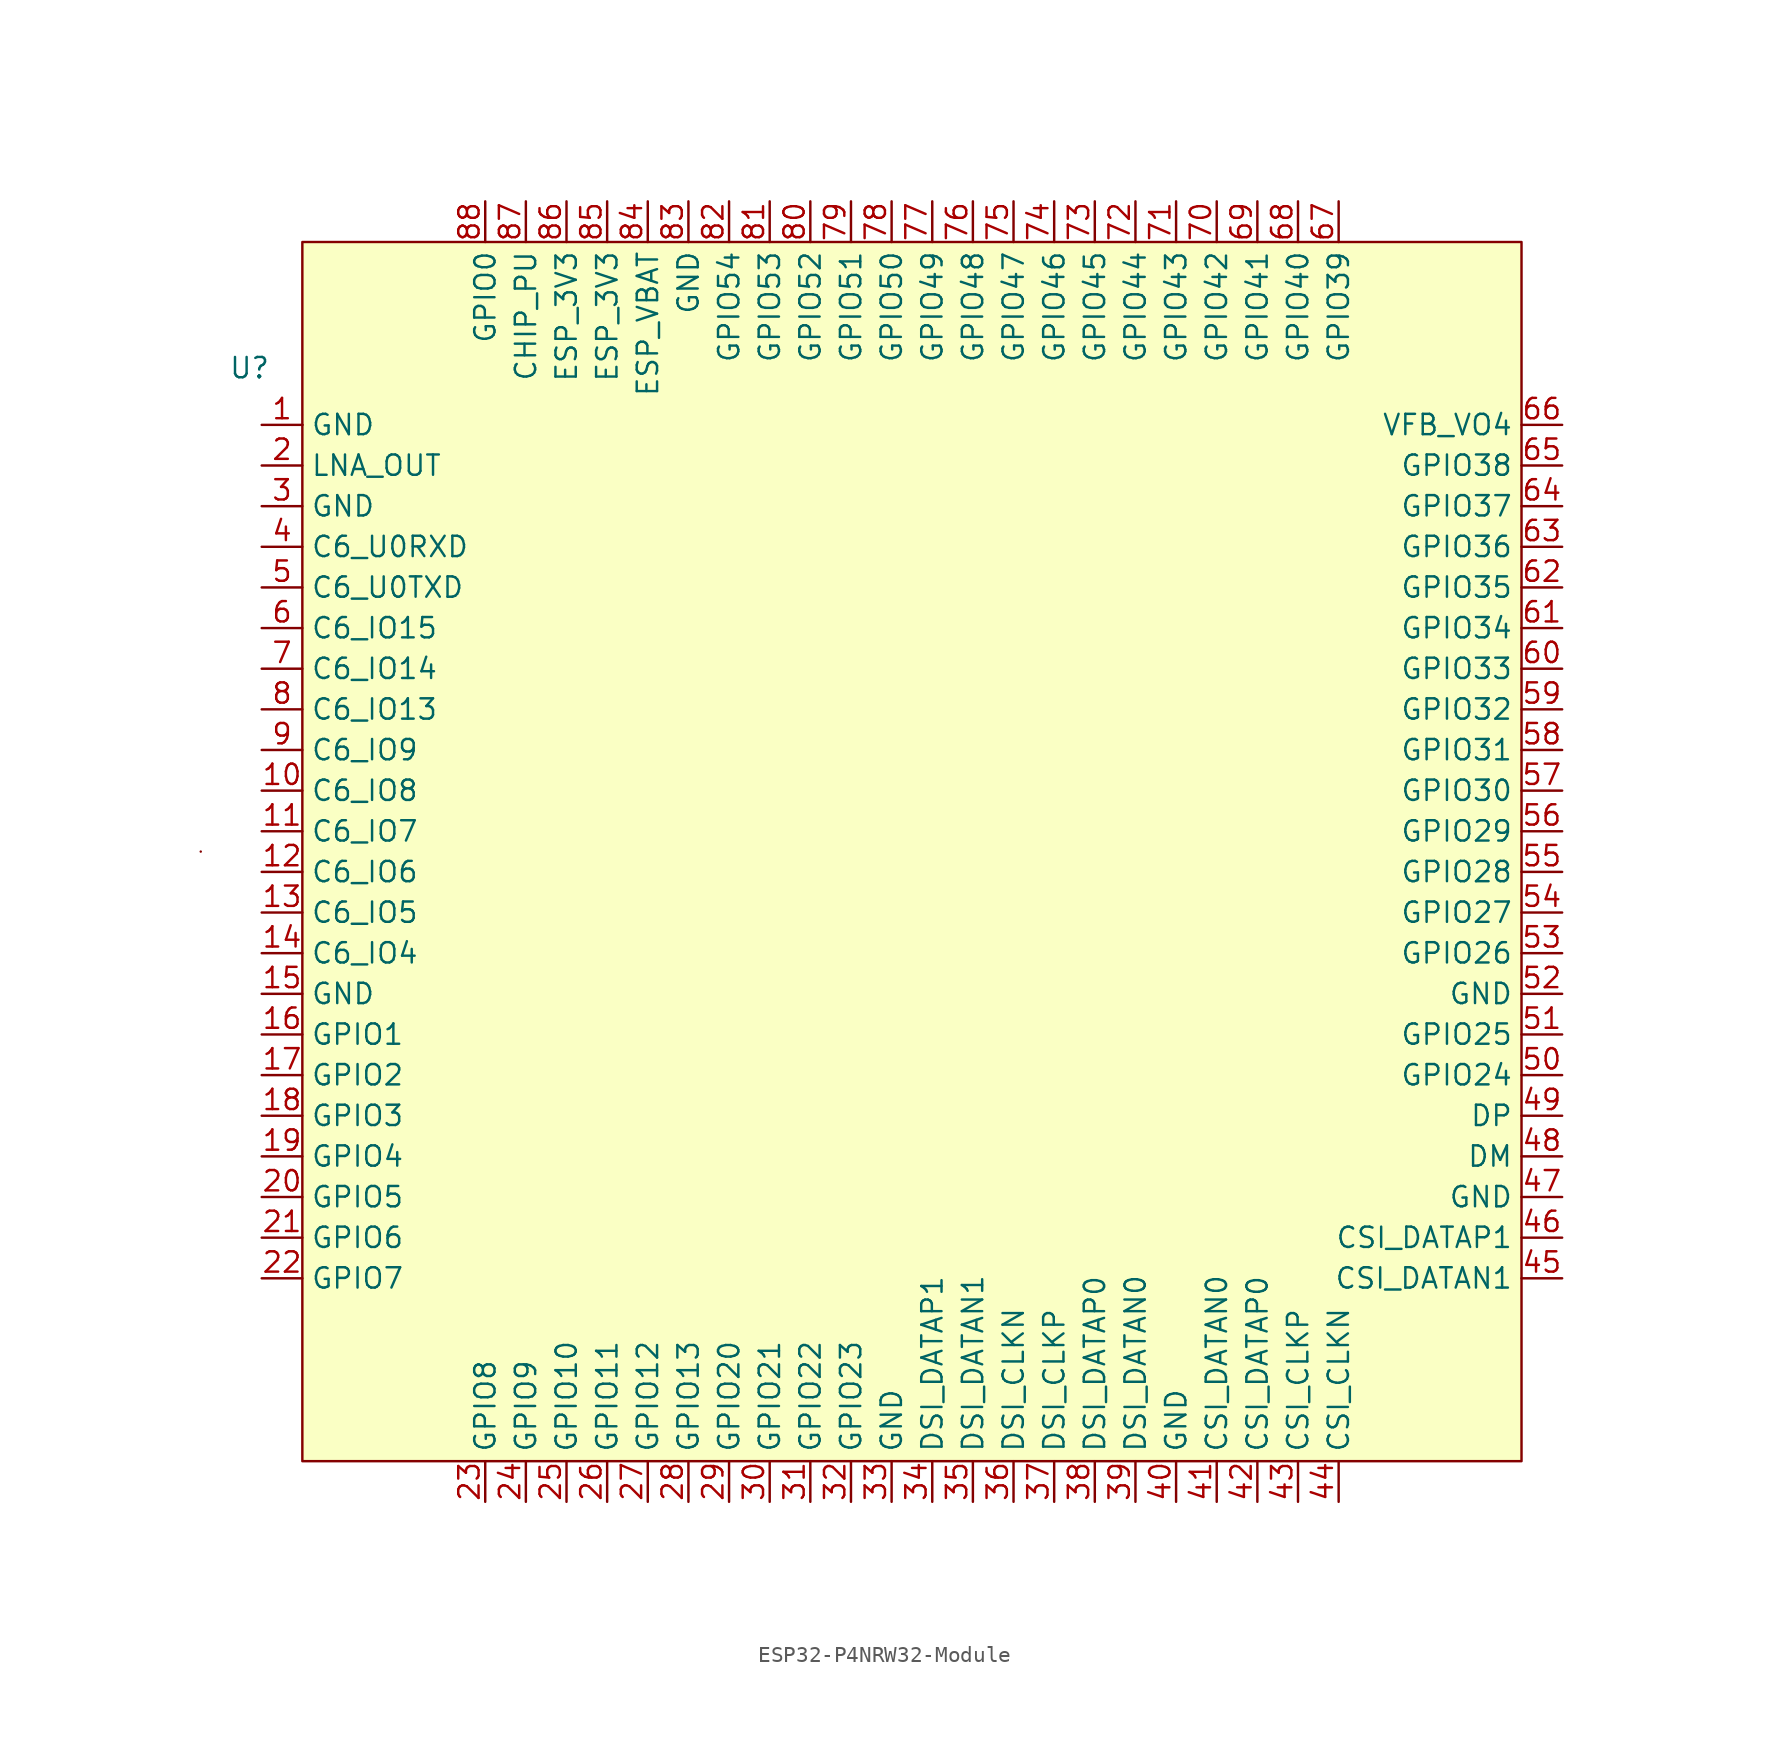
<source format=kicad_sym>
(kicad_symbol_lib
  (version 20241209)
  (generator "kicad_symbol_editor")
  (generator_version "9.0")
  (symbol "ESP32-P4NRW32-Module"
    (property "Reference" "U"
      (at -32.512 27.686 0)
      (effects (font (size 1.27 1.27))))
    (property "Value" ""
      (at 0 0 0)
      (effects (font (size 1.27 1.27))))
    (symbol "ESP32-P4NRW32-Module_0_1"
      (rectangle (start -35.56 -2.54) (end -35.56 -2.54) (stroke (width 0) (type default)) (fill (type none)))
      (rectangle (start -29.21 24.13) (end -29.21 24.13) (stroke (width 0) (type default)) (fill (type none))))
    (symbol "ESP32-P4NRW32-Module_1_1"
      (rectangle (start -29.21 35.56) (end 46.99 -40.64) (stroke (width 0) (type solid)) (fill (type color) (color 250 255 196 1)))
      (pin bidirectional line (at -31.75 24.13 0) (length 2.54) (name "GND" (effects (font (size 1.27 1.27)))) (number "1" (effects (font (size 1.27 1.27)))))
      (pin bidirectional line (at -31.75 21.59 0) (length 2.54) (name "LNA_OUT" (effects (font (size 1.27 1.27)))) (number "2" (effects (font (size 1.27 1.27)))))
      (pin bidirectional line (at -31.75 19.05 0) (length 2.54) (name "GND" (effects (font (size 1.27 1.27)))) (number "3" (effects (font (size 1.27 1.27)))))
      (pin bidirectional line (at -31.75 16.51 0) (length 2.54) (name "C6_U0RXD" (effects (font (size 1.27 1.27)))) (number "4" (effects (font (size 1.27 1.27)))))
      (pin bidirectional line (at -31.75 13.97 0) (length 2.54) (name "C6_U0TXD" (effects (font (size 1.27 1.27)))) (number "5" (effects (font (size 1.27 1.27)))))
      (pin bidirectional line (at -31.75 11.43 0) (length 2.54) (name "C6_IO15" (effects (font (size 1.27 1.27)))) (number "6" (effects (font (size 1.27 1.27)))))
      (pin bidirectional line (at -31.75 8.89 0) (length 2.54) (name "C6_IO14" (effects (font (size 1.27 1.27)))) (number "7" (effects (font (size 1.27 1.27)))))
      (pin bidirectional line (at -31.75 6.35 0) (length 2.54) (name "C6_IO13" (effects (font (size 1.27 1.27)))) (number "8" (effects (font (size 1.27 1.27)))))
      (pin bidirectional line (at -31.75 3.81 0) (length 2.54) (name "C6_IO9" (effects (font (size 1.27 1.27)))) (number "9" (effects (font (size 1.27 1.27)))))
      (pin bidirectional line (at -31.75 1.27 0) (length 2.54) (name "C6_IO8" (effects (font (size 1.27 1.27)))) (number "10" (effects (font (size 1.27 1.27)))))
      (pin bidirectional line (at -31.75 -1.27 0) (length 2.54) (name "C6_IO7" (effects (font (size 1.27 1.27)))) (number "11" (effects (font (size 1.27 1.27)))))
      (pin bidirectional line (at -31.75 -3.81 0) (length 2.54) (name "C6_IO6" (effects (font (size 1.27 1.27)))) (number "12" (effects (font (size 1.27 1.27)))))
      (pin bidirectional line (at -31.75 -6.35 0) (length 2.54) (name "C6_IO5" (effects (font (size 1.27 1.27)))) (number "13" (effects (font (size 1.27 1.27)))))
      (pin bidirectional line (at -31.75 -8.89 0) (length 2.54) (name "C6_IO4" (effects (font (size 1.27 1.27)))) (number "14" (effects (font (size 1.27 1.27)))))
      (pin bidirectional line (at -31.75 -11.43 0) (length 2.54) (name "GND" (effects (font (size 1.27 1.27)))) (number "15" (effects (font (size 1.27 1.27)))))
      (pin bidirectional line (at -31.75 -13.97 0) (length 2.54) (name "GPIO1" (effects (font (size 1.27 1.27)))) (number "16" (effects (font (size 1.27 1.27)))))
      (pin bidirectional line (at -31.75 -16.51 0) (length 2.54) (name "GPIO2" (effects (font (size 1.27 1.27)))) (number "17" (effects (font (size 1.27 1.27)))))
      (pin bidirectional line (at -31.75 -19.05 0) (length 2.54) (name "GPIO3" (effects (font (size 1.27 1.27)))) (number "18" (effects (font (size 1.27 1.27)))))
      (pin bidirectional line (at -31.75 -21.59 0) (length 2.54) (name "GPIO4" (effects (font (size 1.27 1.27)))) (number "19" (effects (font (size 1.27 1.27)))))
      (pin bidirectional line (at -31.75 -24.13 0) (length 2.54) (name "GPIO5" (effects (font (size 1.27 1.27)))) (number "20" (effects (font (size 1.27 1.27)))))
      (pin bidirectional line (at -31.75 -26.67 0) (length 2.54) (name "GPIO6" (effects (font (size 1.27 1.27)))) (number "21" (effects (font (size 1.27 1.27)))))
      (pin bidirectional line (at -31.75 -29.21 0) (length 2.54) (name "GPIO7" (effects (font (size 1.27 1.27)))) (number "22" (effects (font (size 1.27 1.27)))))
      (pin bidirectional line (at -17.78 38.1 270) (length 2.54) (name "GPIO0" (effects (font (size 1.27 1.27)))) (number "88" (effects (font (size 1.27 1.27)))))
      (pin bidirectional line (at -17.78 -43.18 90) (length 2.54) (name "GPIO8" (effects (font (size 1.27 1.27)))) (number "23" (effects (font (size 1.27 1.27)))))
      (pin bidirectional line (at -15.24 38.1 270) (length 2.54) (name "CHIP_PU" (effects (font (size 1.27 1.27)))) (number "87" (effects (font (size 1.27 1.27)))))
      (pin bidirectional line (at -15.24 -43.18 90) (length 2.54) (name "GPIO9" (effects (font (size 1.27 1.27)))) (number "24" (effects (font (size 1.27 1.27)))))
      (pin bidirectional line (at -12.7 38.1 270) (length 2.54) (name "ESP_3V3" (effects (font (size 1.27 1.27)))) (number "86" (effects (font (size 1.27 1.27)))))
      (pin bidirectional line (at -12.7 -43.18 90) (length 2.54) (name "GPIO10" (effects (font (size 1.27 1.27)))) (number "25" (effects (font (size 1.27 1.27)))))
      (pin bidirectional line (at -10.16 38.1 270) (length 2.54) (name "ESP_3V3" (effects (font (size 1.27 1.27)))) (number "85" (effects (font (size 1.27 1.27)))))
      (pin bidirectional line (at -10.16 -43.18 90) (length 2.54) (name "GPIO11" (effects (font (size 1.27 1.27)))) (number "26" (effects (font (size 1.27 1.27)))))
      (pin bidirectional line (at -7.62 38.1 270) (length 2.54) (name "ESP_VBAT" (effects (font (size 1.27 1.27)))) (number "84" (effects (font (size 1.27 1.27)))))
      (pin bidirectional line (at -7.62 -43.18 90) (length 2.54) (name "GPIO12" (effects (font (size 1.27 1.27)))) (number "27" (effects (font (size 1.27 1.27)))))
      (pin bidirectional line (at -5.08 38.1 270) (length 2.54) (name "GND" (effects (font (size 1.27 1.27)))) (number "83" (effects (font (size 1.27 1.27)))))
      (pin bidirectional line (at -5.08 -43.18 90) (length 2.54) (name "GPIO13" (effects (font (size 1.27 1.27)))) (number "28" (effects (font (size 1.27 1.27)))))
      (pin bidirectional line (at -2.54 38.1 270) (length 2.54) (name "GPIO54" (effects (font (size 1.27 1.27)))) (number "82" (effects (font (size 1.27 1.27)))))
      (pin bidirectional line (at -2.54 -43.18 90) (length 2.54) (name "GPIO20" (effects (font (size 1.27 1.27)))) (number "29" (effects (font (size 1.27 1.27)))))
      (pin bidirectional line (at 0 38.1 270) (length 2.54) (name "GPIO53" (effects (font (size 1.27 1.27)))) (number "81" (effects (font (size 1.27 1.27)))))
      (pin bidirectional line (at 0 -43.18 90) (length 2.54) (name "GPIO21" (effects (font (size 1.27 1.27)))) (number "30" (effects (font (size 1.27 1.27)))))
      (pin bidirectional line (at 2.54 38.1 270) (length 2.54) (name "GPIO52" (effects (font (size 1.27 1.27)))) (number "80" (effects (font (size 1.27 1.27)))))
      (pin bidirectional line (at 2.54 -43.18 90) (length 2.54) (name "GPIO22" (effects (font (size 1.27 1.27)))) (number "31" (effects (font (size 1.27 1.27)))))
      (pin bidirectional line (at 5.08 38.1 270) (length 2.54) (name "GPIO51" (effects (font (size 1.27 1.27)))) (number "79" (effects (font (size 1.27 1.27)))))
      (pin bidirectional line (at 5.08 -43.18 90) (length 2.54) (name "GPIO23" (effects (font (size 1.27 1.27)))) (number "32" (effects (font (size 1.27 1.27)))))
      (pin bidirectional line (at 7.62 38.1 270) (length 2.54) (name "GPIO50" (effects (font (size 1.27 1.27)))) (number "78" (effects (font (size 1.27 1.27)))))
      (pin bidirectional line (at 7.62 -43.18 90) (length 2.54) (name "GND" (effects (font (size 1.27 1.27)))) (number "33" (effects (font (size 1.27 1.27)))))
      (pin bidirectional line (at 10.16 38.1 270) (length 2.54) (name "GPIO49" (effects (font (size 1.27 1.27)))) (number "77" (effects (font (size 1.27 1.27)))))
      (pin bidirectional line (at 10.16 -43.18 90) (length 2.54) (name "DSI_DATAP1" (effects (font (size 1.27 1.27)))) (number "34" (effects (font (size 1.27 1.27)))))
      (pin bidirectional line (at 12.7 38.1 270) (length 2.54) (name "GPIO48" (effects (font (size 1.27 1.27)))) (number "76" (effects (font (size 1.27 1.27)))))
      (pin bidirectional line (at 12.7 -43.18 90) (length 2.54) (name "DSI_DATAN1" (effects (font (size 1.27 1.27)))) (number "35" (effects (font (size 1.27 1.27)))))
      (pin bidirectional line (at 15.24 38.1 270) (length 2.54) (name "GPIO47" (effects (font (size 1.27 1.27)))) (number "75" (effects (font (size 1.27 1.27)))))
      (pin bidirectional line (at 15.24 -43.18 90) (length 2.54) (name "DSI_CLKN" (effects (font (size 1.27 1.27)))) (number "36" (effects (font (size 1.27 1.27)))))
      (pin bidirectional line (at 17.78 38.1 270) (length 2.54) (name "GPIO46" (effects (font (size 1.27 1.27)))) (number "74" (effects (font (size 1.27 1.27)))))
      (pin bidirectional line (at 17.78 -43.18 90) (length 2.54) (name "DSI_CLKP" (effects (font (size 1.27 1.27)))) (number "37" (effects (font (size 1.27 1.27)))))
      (pin bidirectional line (at 20.32 38.1 270) (length 2.54) (name "GPIO45" (effects (font (size 1.27 1.27)))) (number "73" (effects (font (size 1.27 1.27)))))
      (pin bidirectional line (at 20.32 -43.18 90) (length 2.54) (name "DSI_DATAP0" (effects (font (size 1.27 1.27)))) (number "38" (effects (font (size 1.27 1.27)))))
      (pin bidirectional line (at 22.86 38.1 270) (length 2.54) (name "GPIO44" (effects (font (size 1.27 1.27)))) (number "72" (effects (font (size 1.27 1.27)))))
      (pin bidirectional line (at 22.86 -43.18 90) (length 2.54) (name "DSI_DATAN0" (effects (font (size 1.27 1.27)))) (number "39" (effects (font (size 1.27 1.27)))))
      (pin bidirectional line (at 25.4 38.1 270) (length 2.54) (name "GPIO43" (effects (font (size 1.27 1.27)))) (number "71" (effects (font (size 1.27 1.27)))))
      (pin bidirectional line (at 25.4 -43.18 90) (length 2.54) (name "GND" (effects (font (size 1.27 1.27)))) (number "40" (effects (font (size 1.27 1.27)))))
      (pin bidirectional line (at 27.94 38.1 270) (length 2.54) (name "GPIO42" (effects (font (size 1.27 1.27)))) (number "70" (effects (font (size 1.27 1.27)))))
      (pin bidirectional line (at 27.94 -43.18 90) (length 2.54) (name "CSI_DATAN0" (effects (font (size 1.27 1.27)))) (number "41" (effects (font (size 1.27 1.27)))))
      (pin bidirectional line (at 30.48 38.1 270) (length 2.54) (name "GPIO41" (effects (font (size 1.27 1.27)))) (number "69" (effects (font (size 1.27 1.27)))))
      (pin bidirectional line (at 30.48 -43.18 90) (length 2.54) (name "CSI_DATAP0" (effects (font (size 1.27 1.27)))) (number "42" (effects (font (size 1.27 1.27)))))
      (pin bidirectional line (at 33.02 38.1 270) (length 2.54) (name "GPIO40" (effects (font (size 1.27 1.27)))) (number "68" (effects (font (size 1.27 1.27)))))
      (pin bidirectional line (at 33.02 -43.18 90) (length 2.54) (name "CSI_CLKP" (effects (font (size 1.27 1.27)))) (number "43" (effects (font (size 1.27 1.27)))))
      (pin bidirectional line (at 35.56 38.1 270) (length 2.54) (name "GPIO39" (effects (font (size 1.27 1.27)))) (number "67" (effects (font (size 1.27 1.27)))))
      (pin bidirectional line (at 35.56 -43.18 90) (length 2.54) (name "CSI_CLKN" (effects (font (size 1.27 1.27)))) (number "44" (effects (font (size 1.27 1.27)))))
      (pin bidirectional line (at 49.53 24.13 180) (length 2.54) (name "VFB_VO4" (effects (font (size 1.27 1.27)))) (number "66" (effects (font (size 1.27 1.27)))))
      (pin bidirectional line (at 49.53 21.59 180) (length 2.54) (name "GPIO38" (effects (font (size 1.27 1.27)))) (number "65" (effects (font (size 1.27 1.27)))))
      (pin bidirectional line (at 49.53 19.05 180) (length 2.54) (name "GPIO37" (effects (font (size 1.27 1.27)))) (number "64" (effects (font (size 1.27 1.27)))))
      (pin bidirectional line (at 49.53 16.51 180) (length 2.54) (name "GPIO36" (effects (font (size 1.27 1.27)))) (number "63" (effects (font (size 1.27 1.27)))))
      (pin bidirectional line (at 49.53 13.97 180) (length 2.54) (name "GPIO35" (effects (font (size 1.27 1.27)))) (number "62" (effects (font (size 1.27 1.27)))))
      (pin bidirectional line (at 49.53 11.43 180) (length 2.54) (name "GPIO34" (effects (font (size 1.27 1.27)))) (number "61" (effects (font (size 1.27 1.27)))))
      (pin bidirectional line (at 49.53 8.89 180) (length 2.54) (name "GPIO33" (effects (font (size 1.27 1.27)))) (number "60" (effects (font (size 1.27 1.27)))))
      (pin bidirectional line (at 49.53 6.35 180) (length 2.54) (name "GPIO32" (effects (font (size 1.27 1.27)))) (number "59" (effects (font (size 1.27 1.27)))))
      (pin bidirectional line (at 49.53 3.81 180) (length 2.54) (name "GPIO31" (effects (font (size 1.27 1.27)))) (number "58" (effects (font (size 1.27 1.27)))))
      (pin bidirectional line (at 49.53 1.27 180) (length 2.54) (name "GPIO30" (effects (font (size 1.27 1.27)))) (number "57" (effects (font (size 1.27 1.27)))))
      (pin bidirectional line (at 49.53 -1.27 180) (length 2.54) (name "GPIO29" (effects (font (size 1.27 1.27)))) (number "56" (effects (font (size 1.27 1.27)))))
      (pin bidirectional line (at 49.53 -3.81 180) (length 2.54) (name "GPIO28" (effects (font (size 1.27 1.27)))) (number "55" (effects (font (size 1.27 1.27)))))
      (pin bidirectional line (at 49.53 -6.35 180) (length 2.54) (name "GPIO27" (effects (font (size 1.27 1.27)))) (number "54" (effects (font (size 1.27 1.27)))))
      (pin bidirectional line (at 49.53 -8.89 180) (length 2.54) (name "GPIO26" (effects (font (size 1.27 1.27)))) (number "53" (effects (font (size 1.27 1.27)))))
      (pin bidirectional line (at 49.53 -11.43 180) (length 2.54) (name "GND" (effects (font (size 1.27 1.27)))) (number "52" (effects (font (size 1.27 1.27)))))
      (pin bidirectional line (at 49.53 -13.97 180) (length 2.54) (name "GPIO25" (effects (font (size 1.27 1.27)))) (number "51" (effects (font (size 1.27 1.27)))))
      (pin bidirectional line (at 49.53 -16.51 180) (length 2.54) (name "GPIO24" (effects (font (size 1.27 1.27)))) (number "50" (effects (font (size 1.27 1.27)))))
      (pin bidirectional line (at 49.53 -19.05 180) (length 2.54) (name "DP" (effects (font (size 1.27 1.27)))) (number "49" (effects (font (size 1.27 1.27)))))
      (pin bidirectional line (at 49.53 -21.59 180) (length 2.54) (name "DM" (effects (font (size 1.27 1.27)))) (number "48" (effects (font (size 1.27 1.27)))))
      (pin bidirectional line (at 49.53 -24.13 180) (length 2.54) (name "GND" (effects (font (size 1.27 1.27)))) (number "47" (effects (font (size 1.27 1.27)))))
      (pin bidirectional line (at 49.53 -26.67 180) (length 2.54) (name "CSI_DATAP1" (effects (font (size 1.27 1.27)))) (number "46" (effects (font (size 1.27 1.27)))))
      (pin bidirectional line (at 49.53 -29.21 180) (length 2.54) (name "CSI_DATAN1" (effects (font (size 1.27 1.27)))) (number "45" (effects (font (size 1.27 1.27))))))))
</source>
